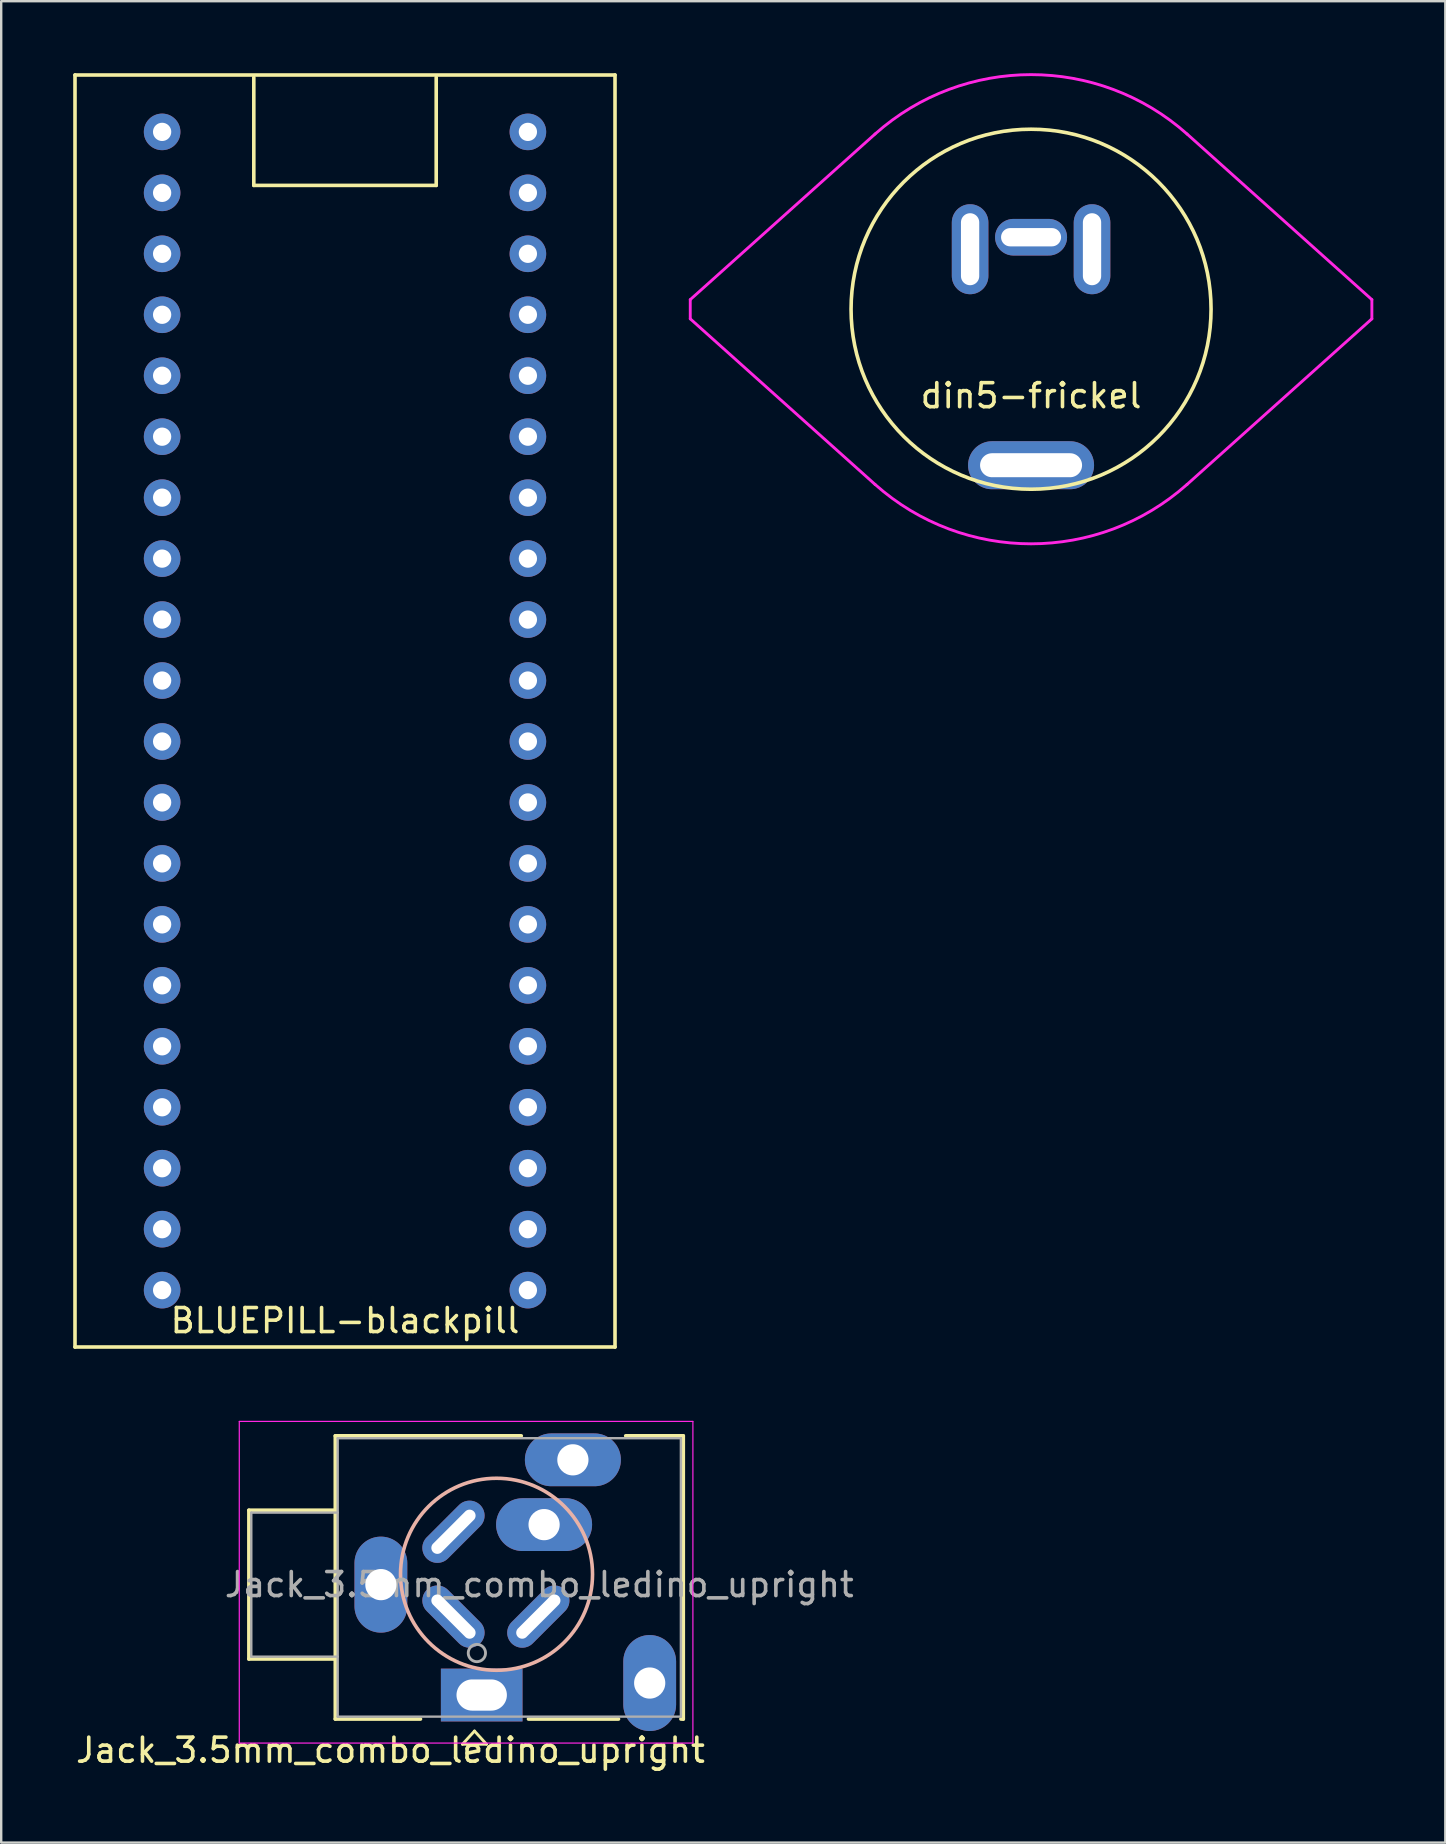
<source format=kicad_pcb>
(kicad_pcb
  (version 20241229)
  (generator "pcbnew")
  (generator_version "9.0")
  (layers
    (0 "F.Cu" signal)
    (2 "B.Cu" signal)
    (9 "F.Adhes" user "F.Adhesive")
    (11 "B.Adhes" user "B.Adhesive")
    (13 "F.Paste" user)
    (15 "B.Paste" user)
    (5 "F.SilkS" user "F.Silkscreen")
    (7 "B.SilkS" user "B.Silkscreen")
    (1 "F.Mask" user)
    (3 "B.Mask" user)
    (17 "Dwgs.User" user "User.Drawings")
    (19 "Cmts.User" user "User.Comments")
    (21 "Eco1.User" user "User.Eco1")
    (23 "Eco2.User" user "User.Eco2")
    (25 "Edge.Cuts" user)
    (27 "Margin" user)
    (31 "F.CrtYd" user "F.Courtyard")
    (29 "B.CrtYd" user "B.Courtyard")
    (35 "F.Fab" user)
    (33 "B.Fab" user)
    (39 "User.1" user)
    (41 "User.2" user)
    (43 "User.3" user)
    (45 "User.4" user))
  (footprint "BLUEPILL-blackpill"
    (layer "F.Cu")
    (at 11.325 26.575)
    (property "Reference" "BLUEPILL-blackpill" (at 0 25.4 0) (layer "F.SilkS") (effects (font (size 1 1) (thickness 0.15))))
    (attr through_hole)
    (fp_line (start -11.25 -26.5) (end 11.25 -26.5) (stroke (width 0.15) (type solid)) (layer "F.SilkS"))
    (fp_line (start -11.25 26.5) (end -11.25 -26.5) (stroke (width 0.15) (type solid)) (layer "F.SilkS"))
    (fp_line (start -3.8 -26.4) (end -3.8 -21.9) (stroke (width 0.15) (type solid)) (layer "F.SilkS"))
    (fp_line (start -3.8 -21.9) (end 3.8 -21.9) (stroke (width 0.15) (type solid)) (layer "F.SilkS"))
    (fp_line (start 3.8 -21.9) (end 3.8 -26.4) (stroke (width 0.15) (type solid)) (layer "F.SilkS"))
    (fp_line (start 11.25 -26.5) (end 11.25 26.5) (stroke (width 0.15) (type solid)) (layer "F.SilkS"))
    (fp_line (start 11.25 26.5) (end -11.25 26.5) (stroke (width 0.15) (type solid)) (layer "F.SilkS"))
    (pad "3V3" thru_hole circle (at -7.62 24.13) (size 1.524 1.524) (drill 0.762) (layers "*.Cu" "*.Mask"))
    (pad "3V3" thru_hole circle (at 7.62 -19.05) (size 1.524 1.524) (drill 0.762) (layers "*.Cu" "*.Mask"))
    (pad "5V" thru_hole circle (at -7.62 19.05) (size 1.524 1.524) (drill 0.762) (layers "*.Cu" "*.Mask"))
    (pad "G" thru_hole circle (at -7.62 21.59) (size 1.524 1.524) (drill 0.762) (layers "*.Cu" "*.Mask"))
    (pad "G" thru_hole circle (at 7.62 -21.59) (size 1.524 1.524) (drill 0.762) (layers "*.Cu" "*.Mask"))
    (pad "NC" thru_hole circle (at 7.62 -24.13) (size 1.524 1.524) (drill 0.762) (layers "*.Cu" "*.Mask"))
    (pad "NRST" thru_hole circle (at 7.62 -16.51) (size 1.524 1.524) (drill 0.762) (layers "*.Cu" "*.Mask"))
    (pad "PA0" thru_hole circle (at 7.62 13.97) (size 1.524 1.524) (drill 0.762) (layers "*.Cu" "*.Mask"))
    (pad "PA1" thru_hole circle (at 7.62 11.43) (size 1.524 1.524) (drill 0.762) (layers "*.Cu" "*.Mask"))
    (pad "PA2" thru_hole circle (at 7.62 8.89) (size 1.524 1.524) (drill 0.762) (layers "*.Cu" "*.Mask"))
    (pad "PA3" thru_hole circle (at 7.62 6.35) (size 1.524 1.524) (drill 0.762) (layers "*.Cu" "*.Mask"))
    (pad "PA4" thru_hole circle (at 7.62 3.81) (size 1.524 1.524) (drill 0.762) (layers "*.Cu" "*.Mask"))
    (pad "PA5" thru_hole circle (at 7.62 1.27) (size 1.524 1.524) (drill 0.762) (layers "*.Cu" "*.Mask"))
    (pad "PA6" thru_hole circle (at 7.62 -1.27) (size 1.524 1.524) (drill 0.762) (layers "*.Cu" "*.Mask"))
    (pad "PA7" thru_hole circle (at 7.62 -3.81) (size 1.524 1.524) (drill 0.762) (layers "*.Cu" "*.Mask"))
    (pad "PA8" thru_hole circle (at -7.62 -13.97) (size 1.524 1.524) (drill 0.762) (layers "*.Cu" "*.Mask"))
    (pad "PA9" thru_hole circle (at -7.62 -11.43) (size 1.524 1.524) (drill 0.762) (layers "*.Cu" "*.Mask"))
    (pad "PA10" thru_hole circle (at -7.62 -8.89) (size 1.524 1.524) (drill 0.762) (layers "*.Cu" "*.Mask"))
    (pad "PA11" thru_hole circle (at -7.62 -6.35) (size 1.524 1.524) (drill 0.762) (layers "*.Cu" "*.Mask"))
    (pad "PA12" thru_hole circle (at -7.62 -3.81) (size 1.524 1.524) (drill 0.762) (layers "*.Cu" "*.Mask"))
    (pad "PA15" thru_hole circle (at -7.62 -1.27) (size 1.524 1.524) (drill 0.762) (layers "*.Cu" "*.Mask"))
    (pad "PB0" thru_hole circle (at 7.62 -6.35) (size 1.524 1.524) (drill 0.762) (layers "*.Cu" "*.Mask"))
    (pad "PB1" thru_hole circle (at 7.62 -8.89) (size 1.524 1.524) (drill 0.762) (layers "*.Cu" "*.Mask"))
    (pad "PB3" thru_hole circle (at -7.62 1.27) (size 1.524 1.524) (drill 0.762) (layers "*.Cu" "*.Mask"))
    (pad "PB4" thru_hole circle (at -7.62 3.81) (size 1.524 1.524) (drill 0.762) (layers "*.Cu" "*.Mask"))
    (pad "PB5" thru_hole circle (at -7.62 6.35) (size 1.524 1.524) (drill 0.762) (layers "*.Cu" "*.Mask"))
    (pad "PB6" thru_hole circle (at -7.62 8.89) (size 1.524 1.524) (drill 0.762) (layers "*.Cu" "*.Mask"))
    (pad "PB7" thru_hole circle (at -7.62 11.43) (size 1.524 1.524) (drill 0.762) (layers "*.Cu" "*.Mask"))
    (pad "PB8" thru_hole circle (at -7.62 13.97) (size 1.524 1.524) (drill 0.762) (layers "*.Cu" "*.Mask"))
    (pad "PB9" thru_hole circle (at -7.62 16.51) (size 1.524 1.524) (drill 0.762) (layers "*.Cu" "*.Mask"))
    (pad "PB10" thru_hole circle (at 7.62 -11.43) (size 1.524 1.524) (drill 0.762) (layers "*.Cu" "*.Mask"))
    (pad "PB11" thru_hole circle (at 7.62 -13.97) (size 1.524 1.524) (drill 0.762) (layers "*.Cu" "*.Mask"))
    (pad "PB12" thru_hole circle (at -7.62 -24.13) (size 1.524 1.524) (drill 0.762) (layers "*.Cu" "*.Mask"))
    (pad "PB13" thru_hole circle (at -7.62 -21.59) (size 1.524 1.524) (drill 0.762) (layers "*.Cu" "*.Mask"))
    (pad "PB14" thru_hole circle (at -7.62 -19.05) (size 1.524 1.524) (drill 0.762) (layers "*.Cu" "*.Mask"))
    (pad "PB15" thru_hole circle (at -7.62 -16.51) (size 1.524 1.524) (drill 0.762) (layers "*.Cu" "*.Mask"))
    (pad "PC13" thru_hole circle (at 7.62 21.59) (size 1.524 1.524) (drill 0.762) (layers "*.Cu" "*.Mask"))
    (pad "PC14" thru_hole circle (at 7.62 19.05) (size 1.524 1.524) (drill 0.762) (layers "*.Cu" "*.Mask"))
    (pad "PC15" thru_hole circle (at 7.62 16.51) (size 1.524 1.524) (drill 0.762) (layers "*.Cu" "*.Mask"))
    (pad "VBAT" thru_hole circle (at 7.62 24.13) (size 1.524 1.524) (drill 0.762) (layers "*.Cu" "*.Mask")))
  (footprint "Jack_3.5mm_combo_ledino_upright"
    (layer "F.Cu")
    (at 16.72 67.575)
    (property "Reference" "Jack_3.5mm_combo_ledino_upright" (at -3.5 2.3 0) (layer "F.SilkS") (effects (font (size 1 1) (thickness 0.15))))
    (attr through_hole)
    (fp_line (start -9.4 -7.7) (end -9.4 -1.5) (stroke (width 0.15) (type solid)) (layer "F.SilkS"))
    (fp_line (start -9.4 -1.5) (end -5.8 -1.5) (stroke (width 0.15) (type solid)) (layer "F.SilkS"))
    (fp_line (start -5.8 -10.8) (end 1.95 -10.8) (stroke (width 0.15) (type solid)) (layer "F.SilkS"))
    (fp_line (start -5.8 -7.7) (end -9.4 -7.7) (stroke (width 0.15) (type solid)) (layer "F.SilkS"))
    (fp_line (start -5.8 1) (end -5.8 -10.8) (stroke (width 0.15) (type solid)) (layer "F.SilkS"))
    (fp_line (start -2.25 1) (end -5.8 1) (stroke (width 0.15) (type solid)) (layer "F.SilkS"))
    (fp_line (start -0.5 2.05) (end 0.5 2.05) (stroke (width 0.12) (type solid)) (layer "F.SilkS"))
    (fp_line (start 0 1.5) (end -0.5 2.05) (stroke (width 0.12) (type solid)) (layer "F.SilkS"))
    (fp_line (start 0.5 2.05) (end 0 1.5) (stroke (width 0.12) (type solid)) (layer "F.SilkS"))
    (fp_line (start 6 1) (end 2.25 1) (stroke (width 0.15) (type solid)) (layer "F.SilkS"))
    (fp_line (start 6.3 -10.8) (end 8.7 -10.8) (stroke (width 0.15) (type solid)) (layer "F.SilkS"))
    (fp_line (start 8.7 -10.8) (end 8.7 1) (stroke (width 0.15) (type solid)) (layer "F.SilkS"))
    (fp_line (start 8.7 1) (end 8.6 1) (stroke (width 0.15) (type solid)) (layer "F.SilkS"))
    (fp_circle (center 0.918 -5.032) (end 4.918 -5.032) (stroke (width 0.15) (type solid)) (fill no) (layer "B.SilkS"))
    (fp_line (start -9.8 -11.4) (end -9.8 2) (stroke (width 0.05) (type solid)) (layer "F.CrtYd"))
    (fp_line (start -9.8 2) (end 9.1 2) (stroke (width 0.05) (type solid)) (layer "F.CrtYd"))
    (fp_line (start 9.1 -11.4) (end -9.8 -11.4) (stroke (width 0.05) (type solid)) (layer "F.CrtYd"))
    (fp_line (start 9.1 2) (end 9.1 -11.4) (stroke (width 0.05) (type solid)) (layer "F.CrtYd"))
    (fp_line (start -9.3 -7.6) (end -9.3 -1.6) (stroke (width 0.1) (type solid)) (layer "F.Fab"))
    (fp_line (start -9.3 -7.6) (end -5.7 -7.6) (stroke (width 0.1) (type solid)) (layer "F.Fab"))
    (fp_line (start -9.3 -1.6) (end -5.7 -1.6) (stroke (width 0.1) (type solid)) (layer "F.Fab"))
    (fp_line (start -5.7 -10.7) (end -5.7 0.9) (stroke (width 0.1) (type solid)) (layer "F.Fab"))
    (fp_line (start -5.7 0.9) (end 8.6 0.9) (stroke (width 0.1) (type solid)) (layer "F.Fab"))
    (fp_line (start 8.6 -10.7) (end -5.7 -10.7) (stroke (width 0.1) (type solid)) (layer "F.Fab"))
    (fp_line (start 8.6 0.9) (end 8.6 -10.7) (stroke (width 0.1) (type solid)) (layer "F.Fab"))
    (fp_circle (center 0.1 -1.75) (end 0.4 -1.55) (stroke (width 0.12) (type solid)) (fill no) (layer "F.Fab"))
    (fp_text user "${REFERENCE}" (at 2.7 -4.6 0) (layer "F.Fab") (effects (font (size 1 1) (thickness 0.15))))
    (pad "R" thru_hole oval (at 2.66 -3.268 135) (size 1.25 3.15) (drill oval 0.5 2.4) (layers "*.Cu" "*.Mask"))
    (pad "R" thru_hole oval (at 4.1 -9.8) (size 4 2.2) (drill 1.3) (layers "*.Cu" "*.Mask"))
    (pad "RN" thru_hole oval (at 2.9 -7.1) (size 4 2.2) (drill 1.3) (layers "*.Cu" "*.Mask"))
    (pad "S" thru_hole oval (at -3.9 -4.6) (size 2.2 4) (drill 1.3) (layers "*.Cu" "*.Mask"))
    (pad "S" thru_hole oval (at -0.876 -3.268 225) (size 1.25 3.15) (drill oval 0.5 2.4) (layers "*.Cu" "*.Mask"))
    (pad "T" thru_hole oval (at -0.876 -6.803 135) (size 1.25 3.15) (drill oval 0.5 2.4) (layers "*.Cu" "*.Mask"))
    (pad "T" thru_hole rect (at 0.3 0) (size 3.4 2.2) (drill oval 2.1 1.3) (layers "*.Cu" "*.Mask"))
    (pad "TN" thru_hole oval (at 7.3 -0.5 90) (size 4 2.2) (drill 1.3) (layers "*.Cu" "*.Mask")))
  (footprint "din5-frickel"
    (layer "F.Cu")
    (at 39.91 6.834)
    (property "Reference" "din5-frickel" (at 0 6.604 0) (layer "F.SilkS") (effects (font (size 1 1) (thickness 0.15))))
    (attr through_hole)
    (fp_circle (center 0 3) (end 7.5 3) (stroke (width 0.15) (type solid)) (fill no) (layer "F.SilkS"))
    (fp_line (start -14.2 2.6) (end -6.5 -4.3) (stroke (width 0.12) (type solid)) (layer "F.CrtYd"))
    (fp_line (start -14.2 3.4) (end -14.2 2.6) (stroke (width 0.12) (type solid)) (layer "F.CrtYd"))
    (fp_line (start -14.2 3.4) (end -6.5 10.3) (stroke (width 0.12) (type solid)) (layer "F.CrtYd"))
    (fp_line (start 14.2 2.6) (end 6.5 -4.3) (stroke (width 0.12) (type solid)) (layer "F.CrtYd"))
    (fp_line (start 14.2 2.6) (end 14.2 3.4) (stroke (width 0.12) (type solid)) (layer "F.CrtYd"))
    (fp_line (start 14.2 3.4) (end 6.5 10.3) (stroke (width 0.12) (type solid)) (layer "F.CrtYd"))
    (fp_arc (start -6.499999 -4.299999) (mid 0 -6.774455) (end 6.499999 -4.299999) (stroke (width 0.12) (type solid)) (layer "F.CrtYd"))
    (fp_arc (start 6.499999 10.299999) (mid 0 12.774455) (end -6.499999 10.299999) (stroke (width 0.12) (type solid)) (layer "F.CrtYd"))
    (pad "2" thru_hole oval (at 0 0 270) (size 1.524 3) (drill oval 0.762 2.5) (layers "*.Cu" "*.Mask"))
    (pad "4" thru_hole oval (at -2.54 0.5) (size 1.524 3.75) (drill oval 0.762 3) (layers "*.Cu" "*.Mask"))
    (pad "5" thru_hole oval (at 2.54 0.5) (size 1.524 3.75) (drill oval 0.762 3) (layers "*.Cu" "*.Mask"))
    (pad "NC" thru_hole oval (at 0 9.5) (size 5.25 2) (drill oval 4.25 1) (layers "*.Cu" "*.Mask")))
  (gr_rect
    (start -3 -3)
    (end 57.17 73.723)
    (stroke (width 0.1) (type default))
    (fill no)
    (layer "Edge.Cuts")))
</source>
